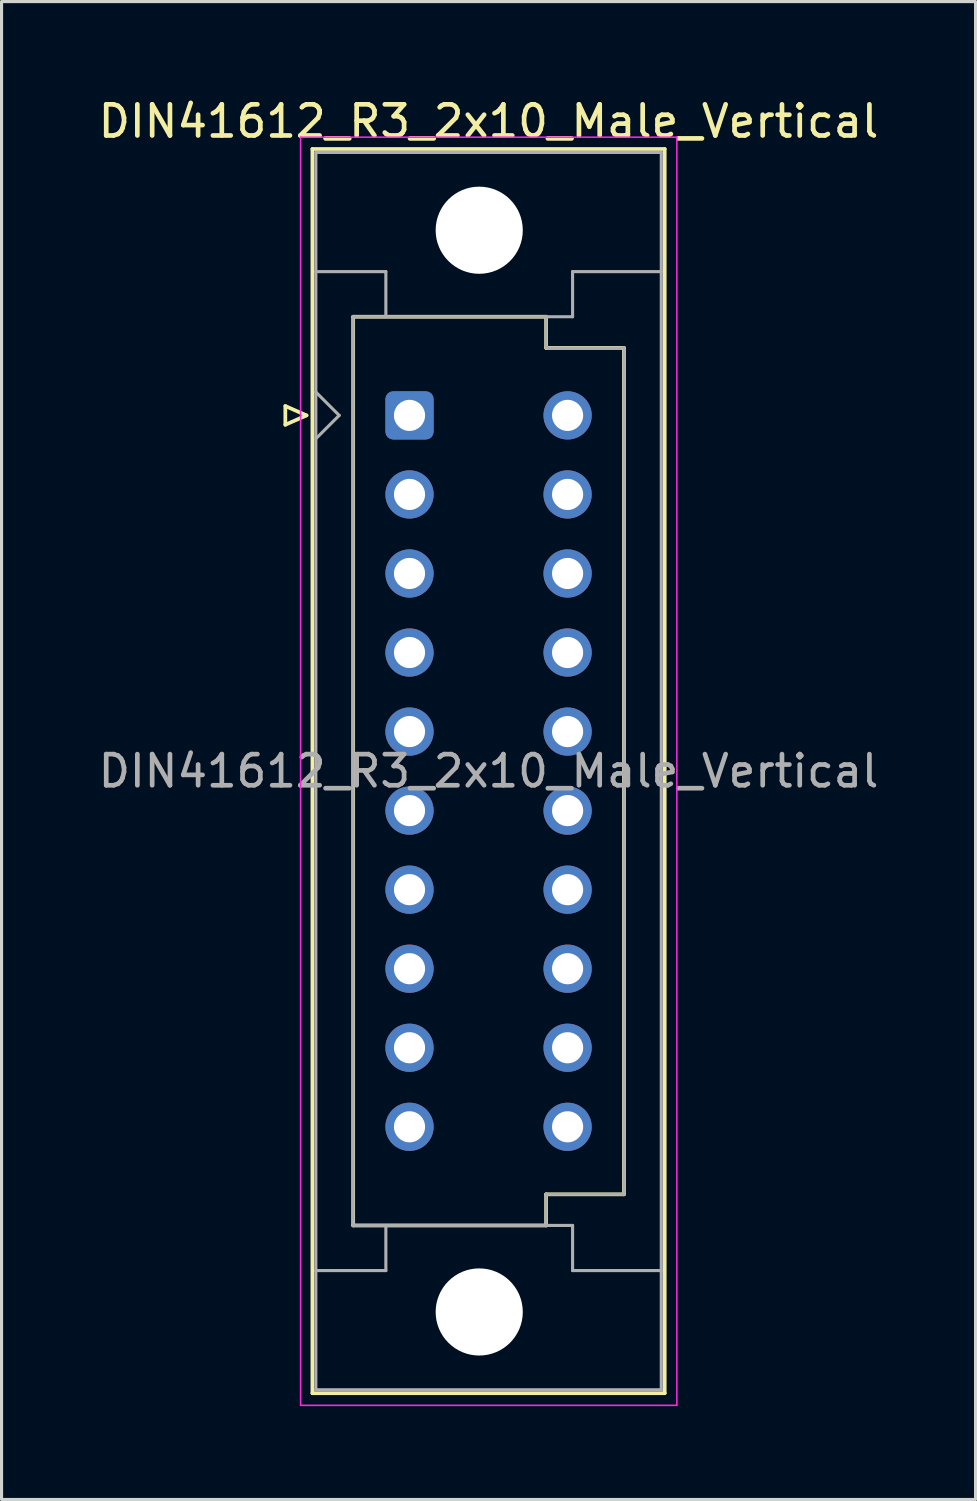
<source format=kicad_pcb>
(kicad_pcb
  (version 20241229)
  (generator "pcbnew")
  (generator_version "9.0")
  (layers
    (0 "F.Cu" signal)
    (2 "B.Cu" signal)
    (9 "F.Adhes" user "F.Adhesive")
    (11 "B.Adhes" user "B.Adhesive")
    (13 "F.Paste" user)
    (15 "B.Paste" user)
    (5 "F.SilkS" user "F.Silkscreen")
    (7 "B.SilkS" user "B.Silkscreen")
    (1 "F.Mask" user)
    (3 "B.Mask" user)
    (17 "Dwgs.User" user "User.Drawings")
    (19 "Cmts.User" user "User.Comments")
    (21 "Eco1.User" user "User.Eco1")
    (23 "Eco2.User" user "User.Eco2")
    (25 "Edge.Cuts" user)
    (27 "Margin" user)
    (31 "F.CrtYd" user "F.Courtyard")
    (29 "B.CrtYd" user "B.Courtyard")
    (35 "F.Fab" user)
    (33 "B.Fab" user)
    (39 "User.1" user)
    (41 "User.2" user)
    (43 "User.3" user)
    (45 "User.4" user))
  (footprint "DIN41612_R3_2x10_Male_Vertical"
    (layer "F.Cu")
    (at 10.109 10.298)
    (property "Reference" "DIN41612_R3_2x10_Male_Vertical" (at 2.54 -9.45 0) (layer "F.SilkS") (effects (font (size 1 1) (thickness 0.15))))
    (attr through_hole)
    (fp_line (start -3.99 -0.3) (end -3.99 0.3) (stroke (width 0.12) (type solid)) (layer "F.SilkS"))
    (fp_line (start -3.99 0.3) (end -3.31 0) (stroke (width 0.12) (type solid)) (layer "F.SilkS"))
    (fp_line (start -3.31 0) (end -3.99 -0.3) (stroke (width 0.12) (type solid)) (layer "F.SilkS"))
    (fp_line (start -3.12 -8.56) (end 8.2 -8.56) (stroke (width 0.12) (type solid)) (layer "F.SilkS"))
    (fp_line (start -3.12 31.42) (end -3.12 -8.56) (stroke (width 0.12) (type solid)) (layer "F.SilkS"))
    (fp_line (start -1.81 -3.17) (end 4.39 -3.17) (stroke (width 0.12) (type solid)) (layer "F.SilkS"))
    (fp_line (start -1.81 26.03) (end -1.81 -3.17) (stroke (width 0.12) (type solid)) (layer "F.SilkS"))
    (fp_line (start 4.39 -3.17) (end 4.39 -2.17) (stroke (width 0.12) (type solid)) (layer "F.SilkS"))
    (fp_line (start 4.39 -2.17) (end 6.89 -2.17) (stroke (width 0.12) (type solid)) (layer "F.SilkS"))
    (fp_line (start 4.39 25.03) (end 4.39 26.03) (stroke (width 0.12) (type solid)) (layer "F.SilkS"))
    (fp_line (start 4.39 26.03) (end -1.81 26.03) (stroke (width 0.12) (type solid)) (layer "F.SilkS"))
    (fp_line (start 6.89 -2.17) (end 6.89 25.03) (stroke (width 0.12) (type solid)) (layer "F.SilkS"))
    (fp_line (start 6.89 25.03) (end 4.39 25.03) (stroke (width 0.12) (type solid)) (layer "F.SilkS"))
    (fp_line (start 8.2 -8.56) (end 8.2 31.42) (stroke (width 0.12) (type solid)) (layer "F.SilkS"))
    (fp_line (start 8.2 31.42) (end -3.12 31.42) (stroke (width 0.12) (type solid)) (layer "F.SilkS"))
    (fp_line (start -3.5 -8.94) (end 8.59 -8.94) (stroke (width 0.05) (type solid)) (layer "F.CrtYd"))
    (fp_line (start -3.5 31.81) (end -3.5 -8.94) (stroke (width 0.05) (type solid)) (layer "F.CrtYd"))
    (fp_line (start 8.59 -8.94) (end 8.59 31.81) (stroke (width 0.05) (type solid)) (layer "F.CrtYd"))
    (fp_line (start 8.59 31.81) (end -3.5 31.81) (stroke (width 0.05) (type solid)) (layer "F.CrtYd"))
    (fp_line (start -3.01 -8.45) (end 8.09 -8.45) (stroke (width 0.1) (type solid)) (layer "F.Fab"))
    (fp_line (start -3.01 -4.62) (end -0.76 -4.62) (stroke (width 0.1) (type solid)) (layer "F.Fab"))
    (fp_line (start -3.01 -0.75) (end -2.26 0) (stroke (width 0.1) (type solid)) (layer "F.Fab"))
    (fp_line (start -3.01 27.48) (end -0.76 27.48) (stroke (width 0.1) (type solid)) (layer "F.Fab"))
    (fp_line (start -3.01 31.31) (end -3.01 -8.45) (stroke (width 0.1) (type solid)) (layer "F.Fab"))
    (fp_line (start -2.26 0) (end -3.01 0.75) (stroke (width 0.1) (type solid)) (layer "F.Fab"))
    (fp_line (start -1.81 -3.17) (end 4.39 -3.17) (stroke (width 0.1) (type solid)) (layer "F.Fab"))
    (fp_line (start -1.81 26.03) (end -1.81 -3.17) (stroke (width 0.1) (type solid)) (layer "F.Fab"))
    (fp_line (start -0.76 -4.62) (end -0.76 -3.17) (stroke (width 0.1) (type solid)) (layer "F.Fab"))
    (fp_line (start -0.76 27.48) (end -0.76 26.03) (stroke (width 0.1) (type solid)) (layer "F.Fab"))
    (fp_line (start 4.39 -3.17) (end 4.39 -2.17) (stroke (width 0.1) (type solid)) (layer "F.Fab"))
    (fp_line (start 4.39 -3.17) (end 5.24 -3.17) (stroke (width 0.1) (type solid)) (layer "F.Fab"))
    (fp_line (start 4.39 -2.17) (end 6.89 -2.17) (stroke (width 0.1) (type solid)) (layer "F.Fab"))
    (fp_line (start 4.39 25.03) (end 4.39 26.03) (stroke (width 0.1) (type solid)) (layer "F.Fab"))
    (fp_line (start 4.39 26.03) (end -1.81 26.03) (stroke (width 0.1) (type solid)) (layer "F.Fab"))
    (fp_line (start 4.39 26.03) (end 5.24 26.03) (stroke (width 0.1) (type solid)) (layer "F.Fab"))
    (fp_line (start 5.24 -4.62) (end 8.09 -4.62) (stroke (width 0.1) (type solid)) (layer "F.Fab"))
    (fp_line (start 5.24 -3.17) (end 5.24 -4.62) (stroke (width 0.1) (type solid)) (layer "F.Fab"))
    (fp_line (start 5.24 26.03) (end 5.24 27.48) (stroke (width 0.1) (type solid)) (layer "F.Fab"))
    (fp_line (start 5.24 27.48) (end 8.09 27.48) (stroke (width 0.1) (type solid)) (layer "F.Fab"))
    (fp_line (start 6.89 -2.17) (end 6.89 25.03) (stroke (width 0.1) (type solid)) (layer "F.Fab"))
    (fp_line (start 6.89 25.03) (end 4.39 25.03) (stroke (width 0.1) (type solid)) (layer "F.Fab"))
    (fp_line (start 8.09 -8.45) (end 8.09 31.31) (stroke (width 0.1) (type solid)) (layer "F.Fab"))
    (fp_line (start 8.09 31.31) (end -3.01 31.31) (stroke (width 0.1) (type solid)) (layer "F.Fab"))
    (fp_text user "${REFERENCE}" (at 2.54 11.43 0) (layer "F.Fab") (effects (font (size 1 1) (thickness 0.15))))
    (pad "" np_thru_hole circle (at 2.24 -5.95) (size 2.8 2.8) (drill 2.8) (layers "*.Cu" "*.Mask"))
    (pad "" np_thru_hole circle (at 2.24 28.81) (size 2.8 2.8) (drill 2.8) (layers "*.Cu" "*.Mask"))
    (pad "a1" thru_hole roundrect (at 0 0) (size 1.55 1.55) (drill 1) (layers "*.Cu" "*.Mask") (roundrect_rratio 0.161))
    (pad "a2" thru_hole circle (at 0 2.54) (size 1.55 1.55) (drill 1) (layers "*.Cu" "*.Mask"))
    (pad "a3" thru_hole circle (at 0 5.08) (size 1.55 1.55) (drill 1) (layers "*.Cu" "*.Mask"))
    (pad "a4" thru_hole circle (at 0 7.62) (size 1.55 1.55) (drill 1) (layers "*.Cu" "*.Mask"))
    (pad "a5" thru_hole circle (at 0 10.16) (size 1.55 1.55) (drill 1) (layers "*.Cu" "*.Mask"))
    (pad "a6" thru_hole circle (at 0 12.7) (size 1.55 1.55) (drill 1) (layers "*.Cu" "*.Mask"))
    (pad "a7" thru_hole circle (at 0 15.24) (size 1.55 1.55) (drill 1) (layers "*.Cu" "*.Mask"))
    (pad "a8" thru_hole circle (at 0 17.78) (size 1.55 1.55) (drill 1) (layers "*.Cu" "*.Mask"))
    (pad "a9" thru_hole circle (at 0 20.32) (size 1.55 1.55) (drill 1) (layers "*.Cu" "*.Mask"))
    (pad "a10" thru_hole circle (at 0 22.86) (size 1.55 1.55) (drill 1) (layers "*.Cu" "*.Mask"))
    (pad "c1" thru_hole circle (at 5.08 0) (size 1.55 1.55) (drill 1) (layers "*.Cu" "*.Mask"))
    (pad "c2" thru_hole circle (at 5.08 2.54) (size 1.55 1.55) (drill 1) (layers "*.Cu" "*.Mask"))
    (pad "c3" thru_hole circle (at 5.08 5.08) (size 1.55 1.55) (drill 1) (layers "*.Cu" "*.Mask"))
    (pad "c4" thru_hole circle (at 5.08 7.62) (size 1.55 1.55) (drill 1) (layers "*.Cu" "*.Mask"))
    (pad "c5" thru_hole circle (at 5.08 10.16) (size 1.55 1.55) (drill 1) (layers "*.Cu" "*.Mask"))
    (pad "c6" thru_hole circle (at 5.08 12.7) (size 1.55 1.55) (drill 1) (layers "*.Cu" "*.Mask"))
    (pad "c7" thru_hole circle (at 5.08 15.24) (size 1.55 1.55) (drill 1) (layers "*.Cu" "*.Mask"))
    (pad "c8" thru_hole circle (at 5.08 17.78) (size 1.55 1.55) (drill 1) (layers "*.Cu" "*.Mask"))
    (pad "c9" thru_hole circle (at 5.08 20.32) (size 1.55 1.55) (drill 1) (layers "*.Cu" "*.Mask"))
    (pad "c10" thru_hole circle (at 5.08 22.86) (size 1.55 1.55) (drill 1) (layers "*.Cu" "*.Mask")))
  (gr_rect
    (start -3 -3)
    (end 28.298 45.133)
    (stroke (width 0.1) (type default))
    (fill no)
    (layer "Edge.Cuts")))
</source>
